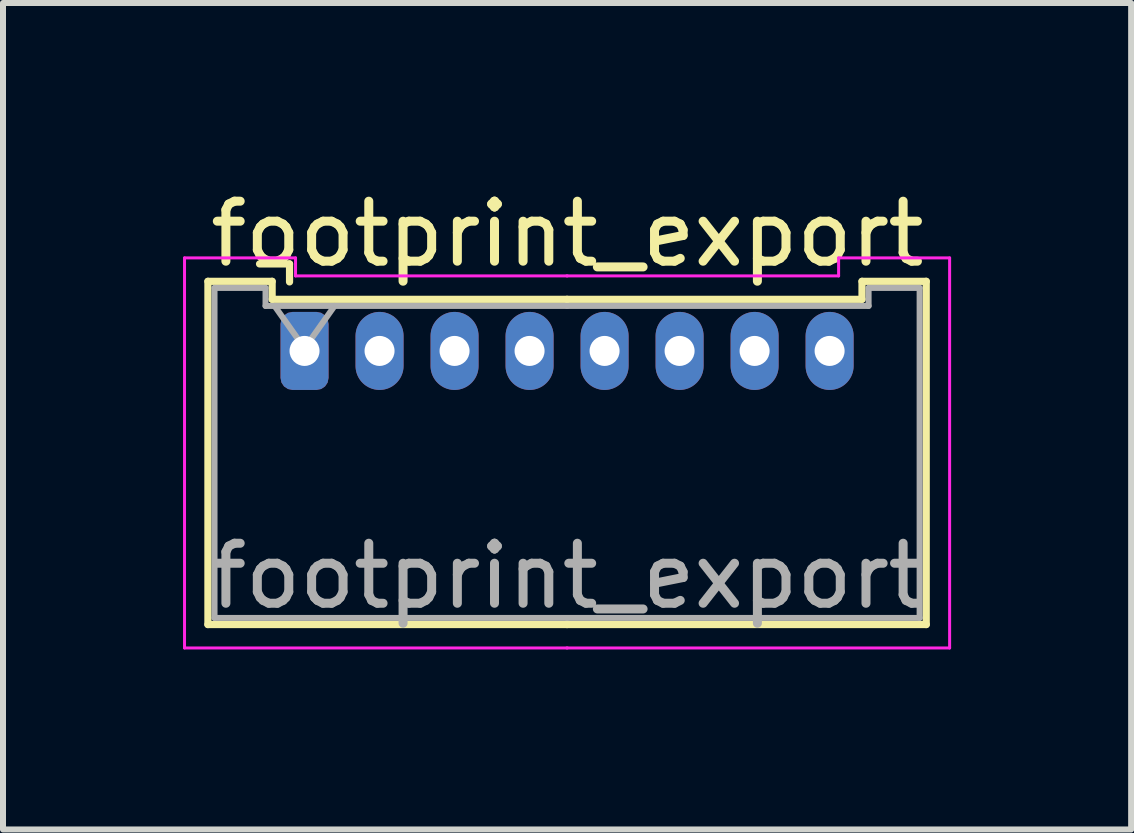
<source format=kicad_pcb>
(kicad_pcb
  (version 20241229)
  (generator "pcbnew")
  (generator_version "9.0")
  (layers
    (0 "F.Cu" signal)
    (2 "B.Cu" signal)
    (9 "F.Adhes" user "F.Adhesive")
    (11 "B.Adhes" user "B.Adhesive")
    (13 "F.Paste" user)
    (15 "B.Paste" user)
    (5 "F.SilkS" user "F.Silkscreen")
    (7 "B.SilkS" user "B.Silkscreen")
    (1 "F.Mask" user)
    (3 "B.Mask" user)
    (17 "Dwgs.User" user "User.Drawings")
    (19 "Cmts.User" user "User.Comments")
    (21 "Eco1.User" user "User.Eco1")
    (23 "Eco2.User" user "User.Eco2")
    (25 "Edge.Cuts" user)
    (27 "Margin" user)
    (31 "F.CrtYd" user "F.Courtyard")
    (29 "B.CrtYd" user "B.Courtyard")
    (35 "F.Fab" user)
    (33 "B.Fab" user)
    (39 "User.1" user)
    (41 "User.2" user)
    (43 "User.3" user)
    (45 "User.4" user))
  (footprint "footprint_export"
    (layer "F.Cu")
    (at 2.025 2.798)
    (property "Reference" "footprint_export" (at 4.38 -1.95 0) (layer "F.SilkS") (effects (font (size 1 1) (thickness 0.15))))
    (attr through_hole)
    (fp_line (start -1.61 -1.16) (end -1.61 4.56) (stroke (width 0.12) (type solid)) (layer "F.SilkS"))
    (fp_line (start -1.61 4.56) (end 4.375 4.56) (stroke (width 0.12) (type solid)) (layer "F.SilkS"))
    (fp_line (start -0.54 -1.16) (end -1.61 -1.16) (stroke (width 0.12) (type solid)) (layer "F.SilkS"))
    (fp_line (start -0.54 -0.86) (end -0.54 -1.16) (stroke (width 0.12) (type solid)) (layer "F.SilkS"))
    (fp_line (start -0.25 -1.45) (end -0.75 -1.45) (stroke (width 0.12) (type solid)) (layer "F.SilkS"))
    (fp_line (start -0.25 -1.15) (end -0.25 -1.45) (stroke (width 0.12) (type solid)) (layer "F.SilkS"))
    (fp_line (start 4.375 -0.86) (end -0.54 -0.86) (stroke (width 0.12) (type solid)) (layer "F.SilkS"))
    (fp_line (start 4.375 -0.86) (end 9.29 -0.86) (stroke (width 0.12) (type solid)) (layer "F.SilkS"))
    (fp_line (start 9.29 -1.16) (end 10.36 -1.16) (stroke (width 0.12) (type solid)) (layer "F.SilkS"))
    (fp_line (start 9.29 -0.86) (end 9.29 -1.16) (stroke (width 0.12) (type solid)) (layer "F.SilkS"))
    (fp_line (start 10.36 -1.16) (end 10.36 4.56) (stroke (width 0.12) (type solid)) (layer "F.SilkS"))
    (fp_line (start 10.36 4.56) (end 4.375 4.56) (stroke (width 0.12) (type solid)) (layer "F.SilkS"))
    (fp_line (start -2 -1.55) (end -2 4.95) (stroke (width 0.05) (type solid)) (layer "F.CrtYd"))
    (fp_line (start -2 4.95) (end 4.38 4.95) (stroke (width 0.05) (type solid)) (layer "F.CrtYd"))
    (fp_line (start -0.15 -1.55) (end -2 -1.55) (stroke (width 0.05) (type solid)) (layer "F.CrtYd"))
    (fp_line (start -0.15 -1.25) (end -0.15 -1.55) (stroke (width 0.05) (type solid)) (layer "F.CrtYd"))
    (fp_line (start 4.37 -1.25) (end 8.9 -1.25) (stroke (width 0.05) (type solid)) (layer "F.CrtYd"))
    (fp_line (start 4.38 -1.25) (end -0.15 -1.25) (stroke (width 0.05) (type solid)) (layer "F.CrtYd"))
    (fp_line (start 8.9 -1.55) (end 10.75 -1.55) (stroke (width 0.05) (type solid)) (layer "F.CrtYd"))
    (fp_line (start 8.9 -1.25) (end 8.9 -1.55) (stroke (width 0.05) (type solid)) (layer "F.CrtYd"))
    (fp_line (start 10.75 -1.55) (end 10.75 4.95) (stroke (width 0.05) (type solid)) (layer "F.CrtYd"))
    (fp_line (start 10.75 4.95) (end 4.37 4.95) (stroke (width 0.05) (type solid)) (layer "F.CrtYd"))
    (fp_line (start -1.5 -1.05) (end -1.5 4.45) (stroke (width 0.1) (type solid)) (layer "F.Fab"))
    (fp_line (start -1.5 4.45) (end 4.375 4.45) (stroke (width 0.1) (type solid)) (layer "F.Fab"))
    (fp_line (start -0.65 -1.05) (end -1.5 -1.05) (stroke (width 0.1) (type solid)) (layer "F.Fab"))
    (fp_line (start -0.65 -0.75) (end -0.65 -1.05) (stroke (width 0.1) (type solid)) (layer "F.Fab"))
    (fp_line (start -0.5 -0.75) (end 0 -0.043) (stroke (width 0.1) (type solid)) (layer "F.Fab"))
    (fp_line (start 0 -0.043) (end 0.5 -0.75) (stroke (width 0.1) (type solid)) (layer "F.Fab"))
    (fp_line (start 4.375 -0.75) (end -0.65 -0.75) (stroke (width 0.1) (type solid)) (layer "F.Fab"))
    (fp_line (start 4.375 -0.75) (end 9.4 -0.75) (stroke (width 0.1) (type solid)) (layer "F.Fab"))
    (fp_line (start 9.4 -1.05) (end 10.25 -1.05) (stroke (width 0.1) (type solid)) (layer "F.Fab"))
    (fp_line (start 9.4 -0.75) (end 9.4 -1.05) (stroke (width 0.1) (type solid)) (layer "F.Fab"))
    (fp_line (start 10.25 -1.05) (end 10.25 4.45) (stroke (width 0.1) (type solid)) (layer "F.Fab"))
    (fp_line (start 10.25 4.45) (end 4.375 4.45) (stroke (width 0.1) (type solid)) (layer "F.Fab"))
    (fp_text user "${REFERENCE}" (at 4.38 3.75 0) (layer "F.Fab") (effects (font (size 1 1) (thickness 0.15))))
    (pad "1" thru_hole roundrect (at 0 0) (size 0.8 1.3) (drill 0.5) (layers "*.Cu" "*.Mask") (roundrect_rratio 0.25))
    (pad "2" thru_hole oval (at 1.25 0) (size 0.8 1.3) (drill 0.5) (layers "*.Cu" "*.Mask"))
    (pad "3" thru_hole oval (at 2.5 0) (size 0.8 1.3) (drill 0.5) (layers "*.Cu" "*.Mask"))
    (pad "4" thru_hole oval (at 3.75 0) (size 0.8 1.3) (drill 0.5) (layers "*.Cu" "*.Mask"))
    (pad "5" thru_hole oval (at 5 0) (size 0.8 1.3) (drill 0.5) (layers "*.Cu" "*.Mask"))
    (pad "6" thru_hole oval (at 6.25 0) (size 0.8 1.3) (drill 0.5) (layers "*.Cu" "*.Mask"))
    (pad "7" thru_hole oval (at 7.5 0) (size 0.8 1.3) (drill 0.5) (layers "*.Cu" "*.Mask"))
    (pad "8" thru_hole oval (at 8.75 0) (size 0.8 1.3) (drill 0.5) (layers "*.Cu" "*.Mask")))
  (gr_rect
    (start -3 -3)
    (end 15.8 10.773)
    (stroke (width 0.1) (type default))
    (fill no)
    (layer "Edge.Cuts")))
</source>
